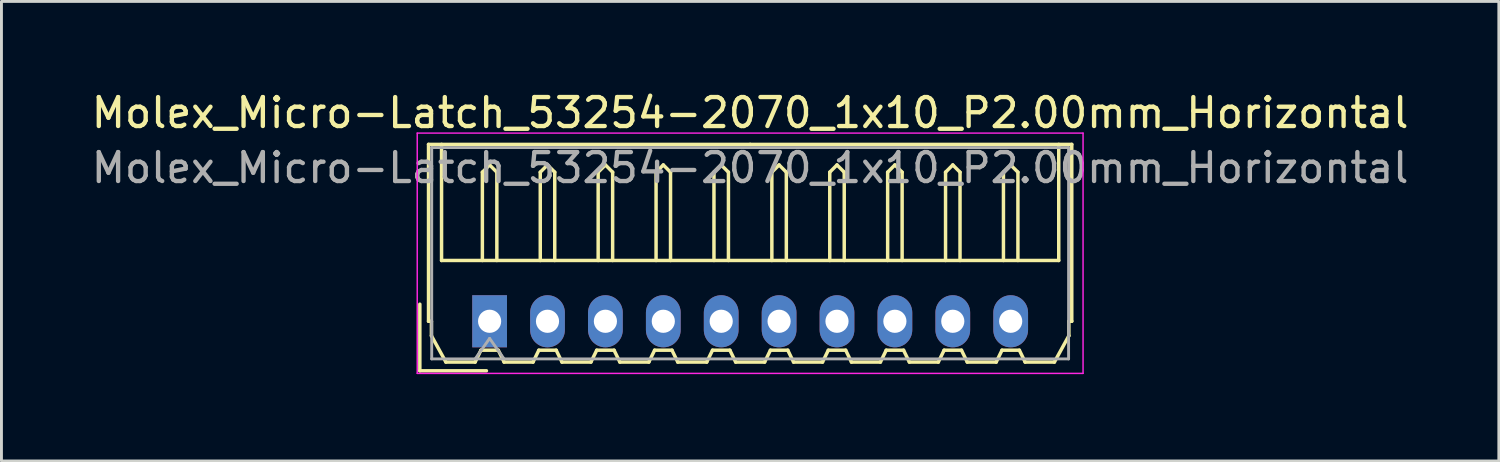
<source format=kicad_pcb>
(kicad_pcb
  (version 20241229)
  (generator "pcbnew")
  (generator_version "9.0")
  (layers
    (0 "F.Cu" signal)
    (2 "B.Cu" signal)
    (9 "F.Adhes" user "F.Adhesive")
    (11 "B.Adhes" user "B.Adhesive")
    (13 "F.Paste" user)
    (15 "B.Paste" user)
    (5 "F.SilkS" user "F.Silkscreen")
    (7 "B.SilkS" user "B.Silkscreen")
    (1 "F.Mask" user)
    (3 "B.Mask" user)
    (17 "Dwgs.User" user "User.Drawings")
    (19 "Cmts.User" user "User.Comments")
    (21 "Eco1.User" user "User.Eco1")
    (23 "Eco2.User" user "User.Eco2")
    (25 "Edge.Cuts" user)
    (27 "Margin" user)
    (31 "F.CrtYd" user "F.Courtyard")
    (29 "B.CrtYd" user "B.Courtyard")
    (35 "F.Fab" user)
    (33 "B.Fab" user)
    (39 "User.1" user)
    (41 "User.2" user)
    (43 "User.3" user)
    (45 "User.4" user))
  (footprint "Molex_Micro-Latch_53254-2070_1x10_P2.00mm_Horizontal"
    (layer "F.Cu")
    (at 13.863 8.048)
    (property "Reference" "Molex_Micro-Latch_53254-2070_1x10_P2.00mm_Horizontal" (at 9 -7.2 0) (layer "F.SilkS") (effects (font (size 1 1) (thickness 0.15))))
    (attr through_hole)
    (fp_line (start -2.41 1.71) (end -2.41 -0.59) (stroke (width 0.12) (type solid)) (layer "F.SilkS"))
    (fp_line (start -2.11 -6.11) (end 9 -6.11) (stroke (width 0.12) (type solid)) (layer "F.SilkS"))
    (fp_line (start -2.11 0) (end -2.11 -6.11) (stroke (width 0.12) (type solid)) (layer "F.SilkS"))
    (fp_line (start -2.01 0) (end -2.11 0) (stroke (width 0.12) (type solid)) (layer "F.SilkS"))
    (fp_line (start -2.01 0.5) (end -2.01 0) (stroke (width 0.12) (type solid)) (layer "F.SilkS"))
    (fp_line (start -1.66 -6.11) (end -1.66 -2.1) (stroke (width 0.12) (type solid)) (layer "F.SilkS"))
    (fp_line (start -1.66 -2.1) (end 19.66 -2.1) (stroke (width 0.12) (type solid)) (layer "F.SilkS"))
    (fp_line (start -1.51 1.41) (end -2.01 0.5) (stroke (width 0.12) (type solid)) (layer "F.SilkS"))
    (fp_line (start -0.5 1.41) (end -1.51 1.41) (stroke (width 0.12) (type solid)) (layer "F.SilkS"))
    (fp_line (start -0.3 1) (end -0.5 1.41) (stroke (width 0.12) (type solid)) (layer "F.SilkS"))
    (fp_line (start -0.3 1) (end 0.3 1) (stroke (width 0.12) (type solid)) (layer "F.SilkS"))
    (fp_line (start -0.25 -5.15) (end 0 -5.4) (stroke (width 0.12) (type solid)) (layer "F.SilkS"))
    (fp_line (start -0.25 -2.1) (end -0.25 -5.15) (stroke (width 0.12) (type solid)) (layer "F.SilkS"))
    (fp_line (start -0.11 1.71) (end -2.41 1.71) (stroke (width 0.12) (type solid)) (layer "F.SilkS"))
    (fp_line (start 0 -5.4) (end 0.25 -5.15) (stroke (width 0.12) (type solid)) (layer "F.SilkS"))
    (fp_line (start 0.25 -5.15) (end 0.25 -2.1) (stroke (width 0.12) (type solid)) (layer "F.SilkS"))
    (fp_line (start 0.3 1) (end 0.5 1.41) (stroke (width 0.12) (type solid)) (layer "F.SilkS"))
    (fp_line (start 0.5 1.41) (end 1.5 1.41) (stroke (width 0.12) (type solid)) (layer "F.SilkS"))
    (fp_line (start 1.5 1.41) (end 1.7 1) (stroke (width 0.12) (type solid)) (layer "F.SilkS"))
    (fp_line (start 1.7 1) (end 2.3 1) (stroke (width 0.12) (type solid)) (layer "F.SilkS"))
    (fp_line (start 1.75 -5.15) (end 2 -5.4) (stroke (width 0.12) (type solid)) (layer "F.SilkS"))
    (fp_line (start 1.75 -2.1) (end 1.75 -5.15) (stroke (width 0.12) (type solid)) (layer "F.SilkS"))
    (fp_line (start 2 -5.4) (end 2.25 -5.15) (stroke (width 0.12) (type solid)) (layer "F.SilkS"))
    (fp_line (start 2.25 -5.15) (end 2.25 -2.1) (stroke (width 0.12) (type solid)) (layer "F.SilkS"))
    (fp_line (start 2.3 1) (end 2.5 1.41) (stroke (width 0.12) (type solid)) (layer "F.SilkS"))
    (fp_line (start 2.5 1.41) (end 3.5 1.41) (stroke (width 0.12) (type solid)) (layer "F.SilkS"))
    (fp_line (start 3.5 1.41) (end 3.7 1) (stroke (width 0.12) (type solid)) (layer "F.SilkS"))
    (fp_line (start 3.7 1) (end 4.3 1) (stroke (width 0.12) (type solid)) (layer "F.SilkS"))
    (fp_line (start 3.75 -5.15) (end 4 -5.4) (stroke (width 0.12) (type solid)) (layer "F.SilkS"))
    (fp_line (start 3.75 -2.1) (end 3.75 -5.15) (stroke (width 0.12) (type solid)) (layer "F.SilkS"))
    (fp_line (start 4 -5.4) (end 4.25 -5.15) (stroke (width 0.12) (type solid)) (layer "F.SilkS"))
    (fp_line (start 4.25 -5.15) (end 4.25 -2.1) (stroke (width 0.12) (type solid)) (layer "F.SilkS"))
    (fp_line (start 4.3 1) (end 4.5 1.41) (stroke (width 0.12) (type solid)) (layer "F.SilkS"))
    (fp_line (start 4.5 1.41) (end 5.5 1.41) (stroke (width 0.12) (type solid)) (layer "F.SilkS"))
    (fp_line (start 5.5 1.41) (end 5.7 1) (stroke (width 0.12) (type solid)) (layer "F.SilkS"))
    (fp_line (start 5.7 1) (end 6.3 1) (stroke (width 0.12) (type solid)) (layer "F.SilkS"))
    (fp_line (start 5.75 -5.15) (end 6 -5.4) (stroke (width 0.12) (type solid)) (layer "F.SilkS"))
    (fp_line (start 5.75 -2.1) (end 5.75 -5.15) (stroke (width 0.12) (type solid)) (layer "F.SilkS"))
    (fp_line (start 6 -5.4) (end 6.25 -5.15) (stroke (width 0.12) (type solid)) (layer "F.SilkS"))
    (fp_line (start 6.25 -5.15) (end 6.25 -2.1) (stroke (width 0.12) (type solid)) (layer "F.SilkS"))
    (fp_line (start 6.3 1) (end 6.5 1.41) (stroke (width 0.12) (type solid)) (layer "F.SilkS"))
    (fp_line (start 6.5 1.41) (end 7.5 1.41) (stroke (width 0.12) (type solid)) (layer "F.SilkS"))
    (fp_line (start 7.5 1.41) (end 7.7 1) (stroke (width 0.12) (type solid)) (layer "F.SilkS"))
    (fp_line (start 7.7 1) (end 8.3 1) (stroke (width 0.12) (type solid)) (layer "F.SilkS"))
    (fp_line (start 7.75 -5.15) (end 8 -5.4) (stroke (width 0.12) (type solid)) (layer "F.SilkS"))
    (fp_line (start 7.75 -2.1) (end 7.75 -5.15) (stroke (width 0.12) (type solid)) (layer "F.SilkS"))
    (fp_line (start 8 -5.4) (end 8.25 -5.15) (stroke (width 0.12) (type solid)) (layer "F.SilkS"))
    (fp_line (start 8.25 -5.15) (end 8.25 -2.1) (stroke (width 0.12) (type solid)) (layer "F.SilkS"))
    (fp_line (start 8.3 1) (end 8.5 1.41) (stroke (width 0.12) (type solid)) (layer "F.SilkS"))
    (fp_line (start 8.5 1.41) (end 9.5 1.41) (stroke (width 0.12) (type solid)) (layer "F.SilkS"))
    (fp_line (start 9.5 1.41) (end 9.7 1) (stroke (width 0.12) (type solid)) (layer "F.SilkS"))
    (fp_line (start 9.7 1) (end 10.3 1) (stroke (width 0.12) (type solid)) (layer "F.SilkS"))
    (fp_line (start 9.75 -5.15) (end 10 -5.4) (stroke (width 0.12) (type solid)) (layer "F.SilkS"))
    (fp_line (start 9.75 -2.1) (end 9.75 -5.15) (stroke (width 0.12) (type solid)) (layer "F.SilkS"))
    (fp_line (start 10 -5.4) (end 10.25 -5.15) (stroke (width 0.12) (type solid)) (layer "F.SilkS"))
    (fp_line (start 10.25 -5.15) (end 10.25 -2.1) (stroke (width 0.12) (type solid)) (layer "F.SilkS"))
    (fp_line (start 10.3 1) (end 10.5 1.41) (stroke (width 0.12) (type solid)) (layer "F.SilkS"))
    (fp_line (start 10.5 1.41) (end 11.5 1.41) (stroke (width 0.12) (type solid)) (layer "F.SilkS"))
    (fp_line (start 11.5 1.41) (end 11.7 1) (stroke (width 0.12) (type solid)) (layer "F.SilkS"))
    (fp_line (start 11.7 1) (end 12.3 1) (stroke (width 0.12) (type solid)) (layer "F.SilkS"))
    (fp_line (start 11.75 -5.15) (end 12 -5.4) (stroke (width 0.12) (type solid)) (layer "F.SilkS"))
    (fp_line (start 11.75 -2.1) (end 11.75 -5.15) (stroke (width 0.12) (type solid)) (layer "F.SilkS"))
    (fp_line (start 12 -5.4) (end 12.25 -5.15) (stroke (width 0.12) (type solid)) (layer "F.SilkS"))
    (fp_line (start 12.25 -5.15) (end 12.25 -2.1) (stroke (width 0.12) (type solid)) (layer "F.SilkS"))
    (fp_line (start 12.3 1) (end 12.5 1.41) (stroke (width 0.12) (type solid)) (layer "F.SilkS"))
    (fp_line (start 12.5 1.41) (end 13.5 1.41) (stroke (width 0.12) (type solid)) (layer "F.SilkS"))
    (fp_line (start 13.5 1.41) (end 13.7 1) (stroke (width 0.12) (type solid)) (layer "F.SilkS"))
    (fp_line (start 13.7 1) (end 14.3 1) (stroke (width 0.12) (type solid)) (layer "F.SilkS"))
    (fp_line (start 13.75 -5.15) (end 14 -5.4) (stroke (width 0.12) (type solid)) (layer "F.SilkS"))
    (fp_line (start 13.75 -2.1) (end 13.75 -5.15) (stroke (width 0.12) (type solid)) (layer "F.SilkS"))
    (fp_line (start 14 -5.4) (end 14.25 -5.15) (stroke (width 0.12) (type solid)) (layer "F.SilkS"))
    (fp_line (start 14.25 -5.15) (end 14.25 -2.1) (stroke (width 0.12) (type solid)) (layer "F.SilkS"))
    (fp_line (start 14.3 1) (end 14.5 1.41) (stroke (width 0.12) (type solid)) (layer "F.SilkS"))
    (fp_line (start 14.5 1.41) (end 15.5 1.41) (stroke (width 0.12) (type solid)) (layer "F.SilkS"))
    (fp_line (start 15.5 1.41) (end 15.7 1) (stroke (width 0.12) (type solid)) (layer "F.SilkS"))
    (fp_line (start 15.7 1) (end 16.3 1) (stroke (width 0.12) (type solid)) (layer "F.SilkS"))
    (fp_line (start 15.75 -5.15) (end 16 -5.4) (stroke (width 0.12) (type solid)) (layer "F.SilkS"))
    (fp_line (start 15.75 -2.1) (end 15.75 -5.15) (stroke (width 0.12) (type solid)) (layer "F.SilkS"))
    (fp_line (start 16 -5.4) (end 16.25 -5.15) (stroke (width 0.12) (type solid)) (layer "F.SilkS"))
    (fp_line (start 16.25 -5.15) (end 16.25 -2.1) (stroke (width 0.12) (type solid)) (layer "F.SilkS"))
    (fp_line (start 16.3 1) (end 16.5 1.41) (stroke (width 0.12) (type solid)) (layer "F.SilkS"))
    (fp_line (start 16.5 1.41) (end 17.5 1.41) (stroke (width 0.12) (type solid)) (layer "F.SilkS"))
    (fp_line (start 17.5 1.41) (end 17.7 1) (stroke (width 0.12) (type solid)) (layer "F.SilkS"))
    (fp_line (start 17.7 1) (end 18.3 1) (stroke (width 0.12) (type solid)) (layer "F.SilkS"))
    (fp_line (start 17.75 -5.15) (end 18 -5.4) (stroke (width 0.12) (type solid)) (layer "F.SilkS"))
    (fp_line (start 17.75 -2.1) (end 17.75 -5.15) (stroke (width 0.12) (type solid)) (layer "F.SilkS"))
    (fp_line (start 18 -5.4) (end 18.25 -5.15) (stroke (width 0.12) (type solid)) (layer "F.SilkS"))
    (fp_line (start 18.25 -5.15) (end 18.25 -2.1) (stroke (width 0.12) (type solid)) (layer "F.SilkS"))
    (fp_line (start 18.3 1) (end 18.5 1.41) (stroke (width 0.12) (type solid)) (layer "F.SilkS"))
    (fp_line (start 18.5 1.41) (end 19.51 1.41) (stroke (width 0.12) (type solid)) (layer "F.SilkS"))
    (fp_line (start 19.51 1.41) (end 20.01 0.5) (stroke (width 0.12) (type solid)) (layer "F.SilkS"))
    (fp_line (start 19.66 -2.1) (end 19.66 -6.11) (stroke (width 0.12) (type solid)) (layer "F.SilkS"))
    (fp_line (start 20.01 0) (end 20.11 0) (stroke (width 0.12) (type solid)) (layer "F.SilkS"))
    (fp_line (start 20.01 0.5) (end 20.01 0) (stroke (width 0.12) (type solid)) (layer "F.SilkS"))
    (fp_line (start 20.11 -6.11) (end 9 -6.11) (stroke (width 0.12) (type solid)) (layer "F.SilkS"))
    (fp_line (start 20.11 0) (end 20.11 -6.11) (stroke (width 0.12) (type solid)) (layer "F.SilkS"))
    (fp_line (start -2.5 -6.5) (end -2.5 1.8) (stroke (width 0.05) (type solid)) (layer "F.CrtYd"))
    (fp_line (start -2.5 1.8) (end 20.5 1.8) (stroke (width 0.05) (type solid)) (layer "F.CrtYd"))
    (fp_line (start 20.5 -6.5) (end -2.5 -6.5) (stroke (width 0.05) (type solid)) (layer "F.CrtYd"))
    (fp_line (start 20.5 1.8) (end 20.5 -6.5) (stroke (width 0.05) (type solid)) (layer "F.CrtYd"))
    (fp_line (start -2 -6) (end -2 1.3) (stroke (width 0.1) (type solid)) (layer "F.Fab"))
    (fp_line (start -2 1.3) (end 20 1.3) (stroke (width 0.1) (type solid)) (layer "F.Fab"))
    (fp_line (start -0.5 1.3) (end 0 0.593) (stroke (width 0.1) (type solid)) (layer "F.Fab"))
    (fp_line (start 0 0.593) (end 0.5 1.3) (stroke (width 0.1) (type solid)) (layer "F.Fab"))
    (fp_line (start 20 -6) (end -2 -6) (stroke (width 0.1) (type solid)) (layer "F.Fab"))
    (fp_line (start 20 1.3) (end 20 -6) (stroke (width 0.1) (type solid)) (layer "F.Fab"))
    (fp_text user "${REFERENCE}" (at 9 -5.3 0) (layer "F.Fab") (effects (font (size 1 1) (thickness 0.15))))
    (pad "1" thru_hole rect (at 0 0) (size 1.2 1.8) (drill 0.8) (layers "*.Cu" "*.Mask"))
    (pad "2" thru_hole oval (at 2 0) (size 1.2 1.8) (drill 0.8) (layers "*.Cu" "*.Mask"))
    (pad "3" thru_hole oval (at 4 0) (size 1.2 1.8) (drill 0.8) (layers "*.Cu" "*.Mask"))
    (pad "4" thru_hole oval (at 6 0) (size 1.2 1.8) (drill 0.8) (layers "*.Cu" "*.Mask"))
    (pad "5" thru_hole oval (at 8 0) (size 1.2 1.8) (drill 0.8) (layers "*.Cu" "*.Mask"))
    (pad "6" thru_hole oval (at 10 0) (size 1.2 1.8) (drill 0.8) (layers "*.Cu" "*.Mask"))
    (pad "7" thru_hole oval (at 12 0) (size 1.2 1.8) (drill 0.8) (layers "*.Cu" "*.Mask"))
    (pad "8" thru_hole oval (at 14 0) (size 1.2 1.8) (drill 0.8) (layers "*.Cu" "*.Mask"))
    (pad "9" thru_hole oval (at 16 0) (size 1.2 1.8) (drill 0.8) (layers "*.Cu" "*.Mask"))
    (pad "10" thru_hole oval (at 18 0) (size 1.2 1.8) (drill 0.8) (layers "*.Cu" "*.Mask")))
  (gr_rect
    (start -3 -3)
    (end 48.726 12.873)
    (stroke (width 0.1) (type default))
    (fill no)
    (layer "Edge.Cuts")))
</source>
